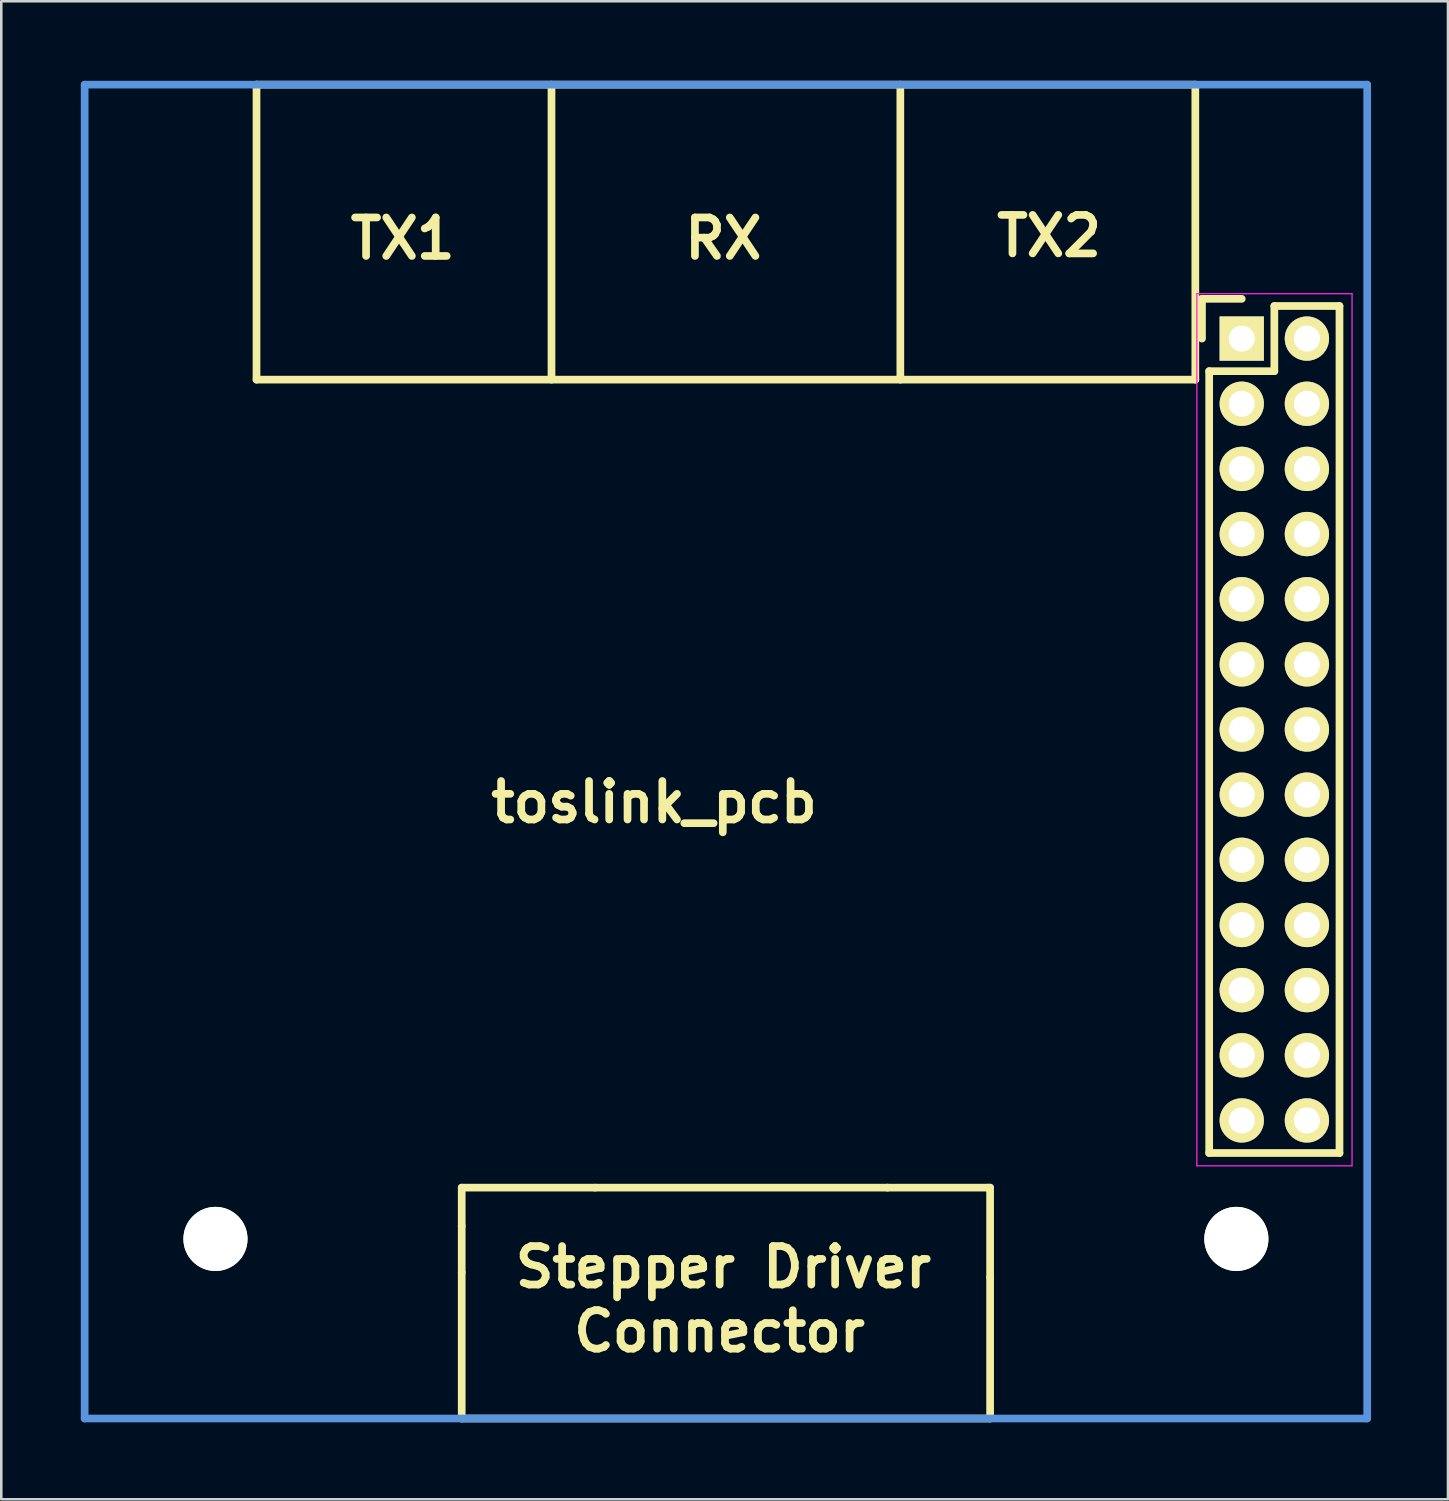
<source format=kicad_pcb>
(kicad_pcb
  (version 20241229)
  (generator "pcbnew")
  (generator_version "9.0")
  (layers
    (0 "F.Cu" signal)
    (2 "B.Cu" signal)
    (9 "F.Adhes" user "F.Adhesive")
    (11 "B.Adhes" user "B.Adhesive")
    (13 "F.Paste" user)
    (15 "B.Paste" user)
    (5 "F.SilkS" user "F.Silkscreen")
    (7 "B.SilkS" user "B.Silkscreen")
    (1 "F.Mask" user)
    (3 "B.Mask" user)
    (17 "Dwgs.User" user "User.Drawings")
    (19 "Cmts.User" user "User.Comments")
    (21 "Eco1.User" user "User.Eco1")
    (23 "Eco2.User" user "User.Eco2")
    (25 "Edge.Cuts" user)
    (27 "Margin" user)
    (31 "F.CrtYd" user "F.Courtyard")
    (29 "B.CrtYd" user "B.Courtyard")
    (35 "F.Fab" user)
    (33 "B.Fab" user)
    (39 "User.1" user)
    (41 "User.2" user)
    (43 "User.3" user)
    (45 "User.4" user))
  (footprint "toslink_pcb"
    (layer "F.Cu")
    (at 0.25 0.25)
    (property "Reference" "toslink_pcb" (at 22.2 27.97 0) (layer "F.SilkS") (effects (font (size 1.5 1.5) (thickness 0.3))))
    (attr through_hole)
    (fp_line (start 6.7 0) (end 43.3 0) (stroke (width 0.3) (type solid)) (layer "F.SilkS"))
    (fp_line (start 6.7 11.5) (end 6.7 0) (stroke (width 0.3) (type solid)) (layer "F.SilkS"))
    (fp_line (start 6.7 11.5) (end 43.3 11.5) (stroke (width 0.3) (type solid)) (layer "F.SilkS"))
    (fp_line (start 14.7 43) (end 14.7 44.5) (stroke (width 0.3) (type solid)) (layer "F.SilkS"))
    (fp_line (start 14.7 46.3) (end 14.7 44.5) (stroke (width 0.3) (type solid)) (layer "F.SilkS"))
    (fp_line (start 14.7 46.3) (end 14.7 52) (stroke (width 0.3) (type solid)) (layer "F.SilkS"))
    (fp_line (start 14.7 52) (end 35.3 52) (stroke (width 0.3) (type solid)) (layer "F.SilkS"))
    (fp_line (start 18.2 0) (end 18.2 11.5) (stroke (width 0.3) (type solid)) (layer "F.SilkS"))
    (fp_line (start 19.9 43) (end 14.7 43) (stroke (width 0.3) (type solid)) (layer "F.SilkS"))
    (fp_line (start 19.9 43) (end 31.3 43) (stroke (width 0.3) (type solid)) (layer "F.SilkS"))
    (fp_line (start 31.3 43) (end 35.2 43) (stroke (width 0.3) (type solid)) (layer "F.SilkS"))
    (fp_line (start 31.8 0) (end 31.8 11.5) (stroke (width 0.3) (type solid)) (layer "F.SilkS"))
    (fp_line (start 35.2 43) (end 35.3 43) (stroke (width 0.3) (type solid)) (layer "F.SilkS"))
    (fp_line (start 35.3 43) (end 35.3 46.5) (stroke (width 0.3) (type solid)) (layer "F.SilkS"))
    (fp_line (start 35.3 46.5) (end 35.3 52) (stroke (width 0.3) (type solid)) (layer "F.SilkS"))
    (fp_line (start 43.3 11.5) (end 43.3 0) (stroke (width 0.3) (type solid)) (layer "F.SilkS"))
    (fp_line (start 43.56 8.35) (end 45.11 8.35) (stroke (width 0.3) (type solid)) (layer "F.SilkS"))
    (fp_line (start 43.56 9.9) (end 43.56 8.35) (stroke (width 0.3) (type solid)) (layer "F.SilkS"))
    (fp_line (start 43.84 11.17) (end 43.84 41.65) (stroke (width 0.3) (type solid)) (layer "F.SilkS"))
    (fp_line (start 46.38 8.63) (end 46.38 11.17) (stroke (width 0.3) (type solid)) (layer "F.SilkS"))
    (fp_line (start 46.38 11.17) (end 43.84 11.17) (stroke (width 0.3) (type solid)) (layer "F.SilkS"))
    (fp_line (start 48.92 8.63) (end 46.38 8.63) (stroke (width 0.3) (type solid)) (layer "F.SilkS"))
    (fp_line (start 48.92 8.63) (end 48.92 41.65) (stroke (width 0.3) (type solid)) (layer "F.SilkS"))
    (fp_line (start 48.92 41.65) (end 43.84 41.65) (stroke (width 0.3) (type solid)) (layer "F.SilkS"))
    (fp_line (start 0 0) (end 0 52) (stroke (width 0.3) (type solid)) (layer "Cmts.User"))
    (fp_line (start 0 0) (end 50 0) (stroke (width 0.3) (type solid)) (layer "Cmts.User"))
    (fp_line (start 0 52) (end 50 52) (stroke (width 0.3) (type solid)) (layer "Cmts.User"))
    (fp_line (start 50 0) (end 50 52) (stroke (width 0.3) (type solid)) (layer "Cmts.User"))
    (fp_line (start 43.36 8.15) (end 43.36 42.15) (stroke (width 0.05) (type solid)) (layer "F.CrtYd"))
    (fp_line (start 43.36 8.15) (end 49.41 8.15) (stroke (width 0.05) (type solid)) (layer "F.CrtYd"))
    (fp_line (start 43.36 42.15) (end 49.41 42.15) (stroke (width 0.05) (type solid)) (layer "F.CrtYd"))
    (fp_line (start 49.41 8.15) (end 49.41 42.15) (stroke (width 0.05) (type solid)) (layer "F.CrtYd"))
    (fp_text user "TX1" (at 12.4 6 0) (layer "F.SilkS") (effects (font (size 1.5 1.5) (thickness 0.3))))
    (fp_text user "RX" (at 24.9 6 0) (layer "F.SilkS") (effects (font (size 1.5 1.5) (thickness 0.3))))
    (fp_text user "TX2" (at 37.6 5.9 0) (layer "F.SilkS") (effects (font (size 1.5 1.5) (thickness 0.3))))
    (fp_text user "Stepper Driver" (at 24.9 46.1 0) (layer "F.SilkS") (effects (font (size 1.5 1.5) (thickness 0.3))))
    (fp_text user "Connector" (at 24.75 48.6 0) (layer "F.SilkS") (effects (font (size 1.5 1.5) (thickness 0.3))))
    (pad "" np_thru_hole circle (at 5.1 45) (size 2.5 2.5) (drill 2.5) (layers "*.Cu" "*.Mask" "F.SilkS"))
    (pad "" np_thru_hole circle (at 44.9 45) (size 2.5 2.5) (drill 2.5) (layers "*.Cu" "*.Mask" "F.SilkS"))
    (pad "1" thru_hole rect (at 45.11 9.9 270) (size 1.727 1.727) (drill 1.016) (layers "*.Cu" "*.Mask" "F.SilkS"))
    (pad "2" thru_hole oval (at 47.65 9.9 270) (size 1.727 1.727) (drill 1.016) (layers "*.Cu" "*.Mask" "F.SilkS"))
    (pad "3" thru_hole oval (at 45.11 12.44 270) (size 1.727 1.727) (drill 1.016) (layers "*.Cu" "*.Mask" "F.SilkS"))
    (pad "4" thru_hole oval (at 47.65 12.44 270) (size 1.727 1.727) (drill 1.016) (layers "*.Cu" "*.Mask" "F.SilkS"))
    (pad "5" thru_hole oval (at 45.11 14.98 270) (size 1.727 1.727) (drill 1.016) (layers "*.Cu" "*.Mask" "F.SilkS"))
    (pad "6" thru_hole oval (at 47.65 14.98 270) (size 1.727 1.727) (drill 1.016) (layers "*.Cu" "*.Mask" "F.SilkS"))
    (pad "7" thru_hole oval (at 45.11 17.52 270) (size 1.727 1.727) (drill 1.016) (layers "*.Cu" "*.Mask" "F.SilkS"))
    (pad "8" thru_hole oval (at 47.65 17.52 270) (size 1.727 1.727) (drill 1.016) (layers "*.Cu" "*.Mask" "F.SilkS"))
    (pad "9" thru_hole oval (at 45.11 20.06 270) (size 1.727 1.727) (drill 1.016) (layers "*.Cu" "*.Mask" "F.SilkS"))
    (pad "10" thru_hole oval (at 47.65 20.06 270) (size 1.727 1.727) (drill 1.016) (layers "*.Cu" "*.Mask" "F.SilkS"))
    (pad "11" thru_hole oval (at 45.11 22.6 270) (size 1.727 1.727) (drill 1.016) (layers "*.Cu" "*.Mask" "F.SilkS"))
    (pad "12" thru_hole oval (at 47.65 22.6 270) (size 1.727 1.727) (drill 1.016) (layers "*.Cu" "*.Mask" "F.SilkS"))
    (pad "13" thru_hole oval (at 45.11 25.14 270) (size 1.727 1.727) (drill 1.016) (layers "*.Cu" "*.Mask" "F.SilkS"))
    (pad "14" thru_hole oval (at 47.65 25.14 270) (size 1.727 1.727) (drill 1.016) (layers "*.Cu" "*.Mask" "F.SilkS"))
    (pad "15" thru_hole oval (at 45.11 27.68 270) (size 1.727 1.727) (drill 1.016) (layers "*.Cu" "*.Mask" "F.SilkS"))
    (pad "16" thru_hole oval (at 47.65 27.68 270) (size 1.727 1.727) (drill 1.016) (layers "*.Cu" "*.Mask" "F.SilkS"))
    (pad "17" thru_hole oval (at 45.11 30.22 270) (size 1.727 1.727) (drill 1.016) (layers "*.Cu" "*.Mask" "F.SilkS"))
    (pad "18" thru_hole oval (at 47.65 30.22 270) (size 1.727 1.727) (drill 1.016) (layers "*.Cu" "*.Mask" "F.SilkS"))
    (pad "19" thru_hole oval (at 45.11 32.76 270) (size 1.727 1.727) (drill 1.016) (layers "*.Cu" "*.Mask" "F.SilkS"))
    (pad "20" thru_hole oval (at 47.65 32.76 270) (size 1.727 1.727) (drill 1.016) (layers "*.Cu" "*.Mask" "F.SilkS"))
    (pad "21" thru_hole oval (at 45.11 35.3 270) (size 1.727 1.727) (drill 1.016) (layers "*.Cu" "*.Mask" "F.SilkS"))
    (pad "22" thru_hole oval (at 47.65 35.3 270) (size 1.727 1.727) (drill 1.016) (layers "*.Cu" "*.Mask" "F.SilkS"))
    (pad "23" thru_hole oval (at 45.11 37.84 270) (size 1.727 1.727) (drill 1.016) (layers "*.Cu" "*.Mask" "F.SilkS"))
    (pad "24" thru_hole oval (at 47.65 37.84 270) (size 1.727 1.727) (drill 1.016) (layers "*.Cu" "*.Mask" "F.SilkS"))
    (pad "25" thru_hole oval (at 45.11 40.38 270) (size 1.727 1.727) (drill 1.016) (layers "*.Cu" "*.Mask" "F.SilkS"))
    (pad "26" thru_hole oval (at 47.65 40.38 270) (size 1.727 1.727) (drill 1.016) (layers "*.Cu" "*.Mask" "F.SilkS")))
  (gr_rect
    (start -3 -3)
    (end 53.4 55.4)
    (stroke (width 0.1) (type default))
    (fill no)
    (layer "Edge.Cuts")))
</source>
